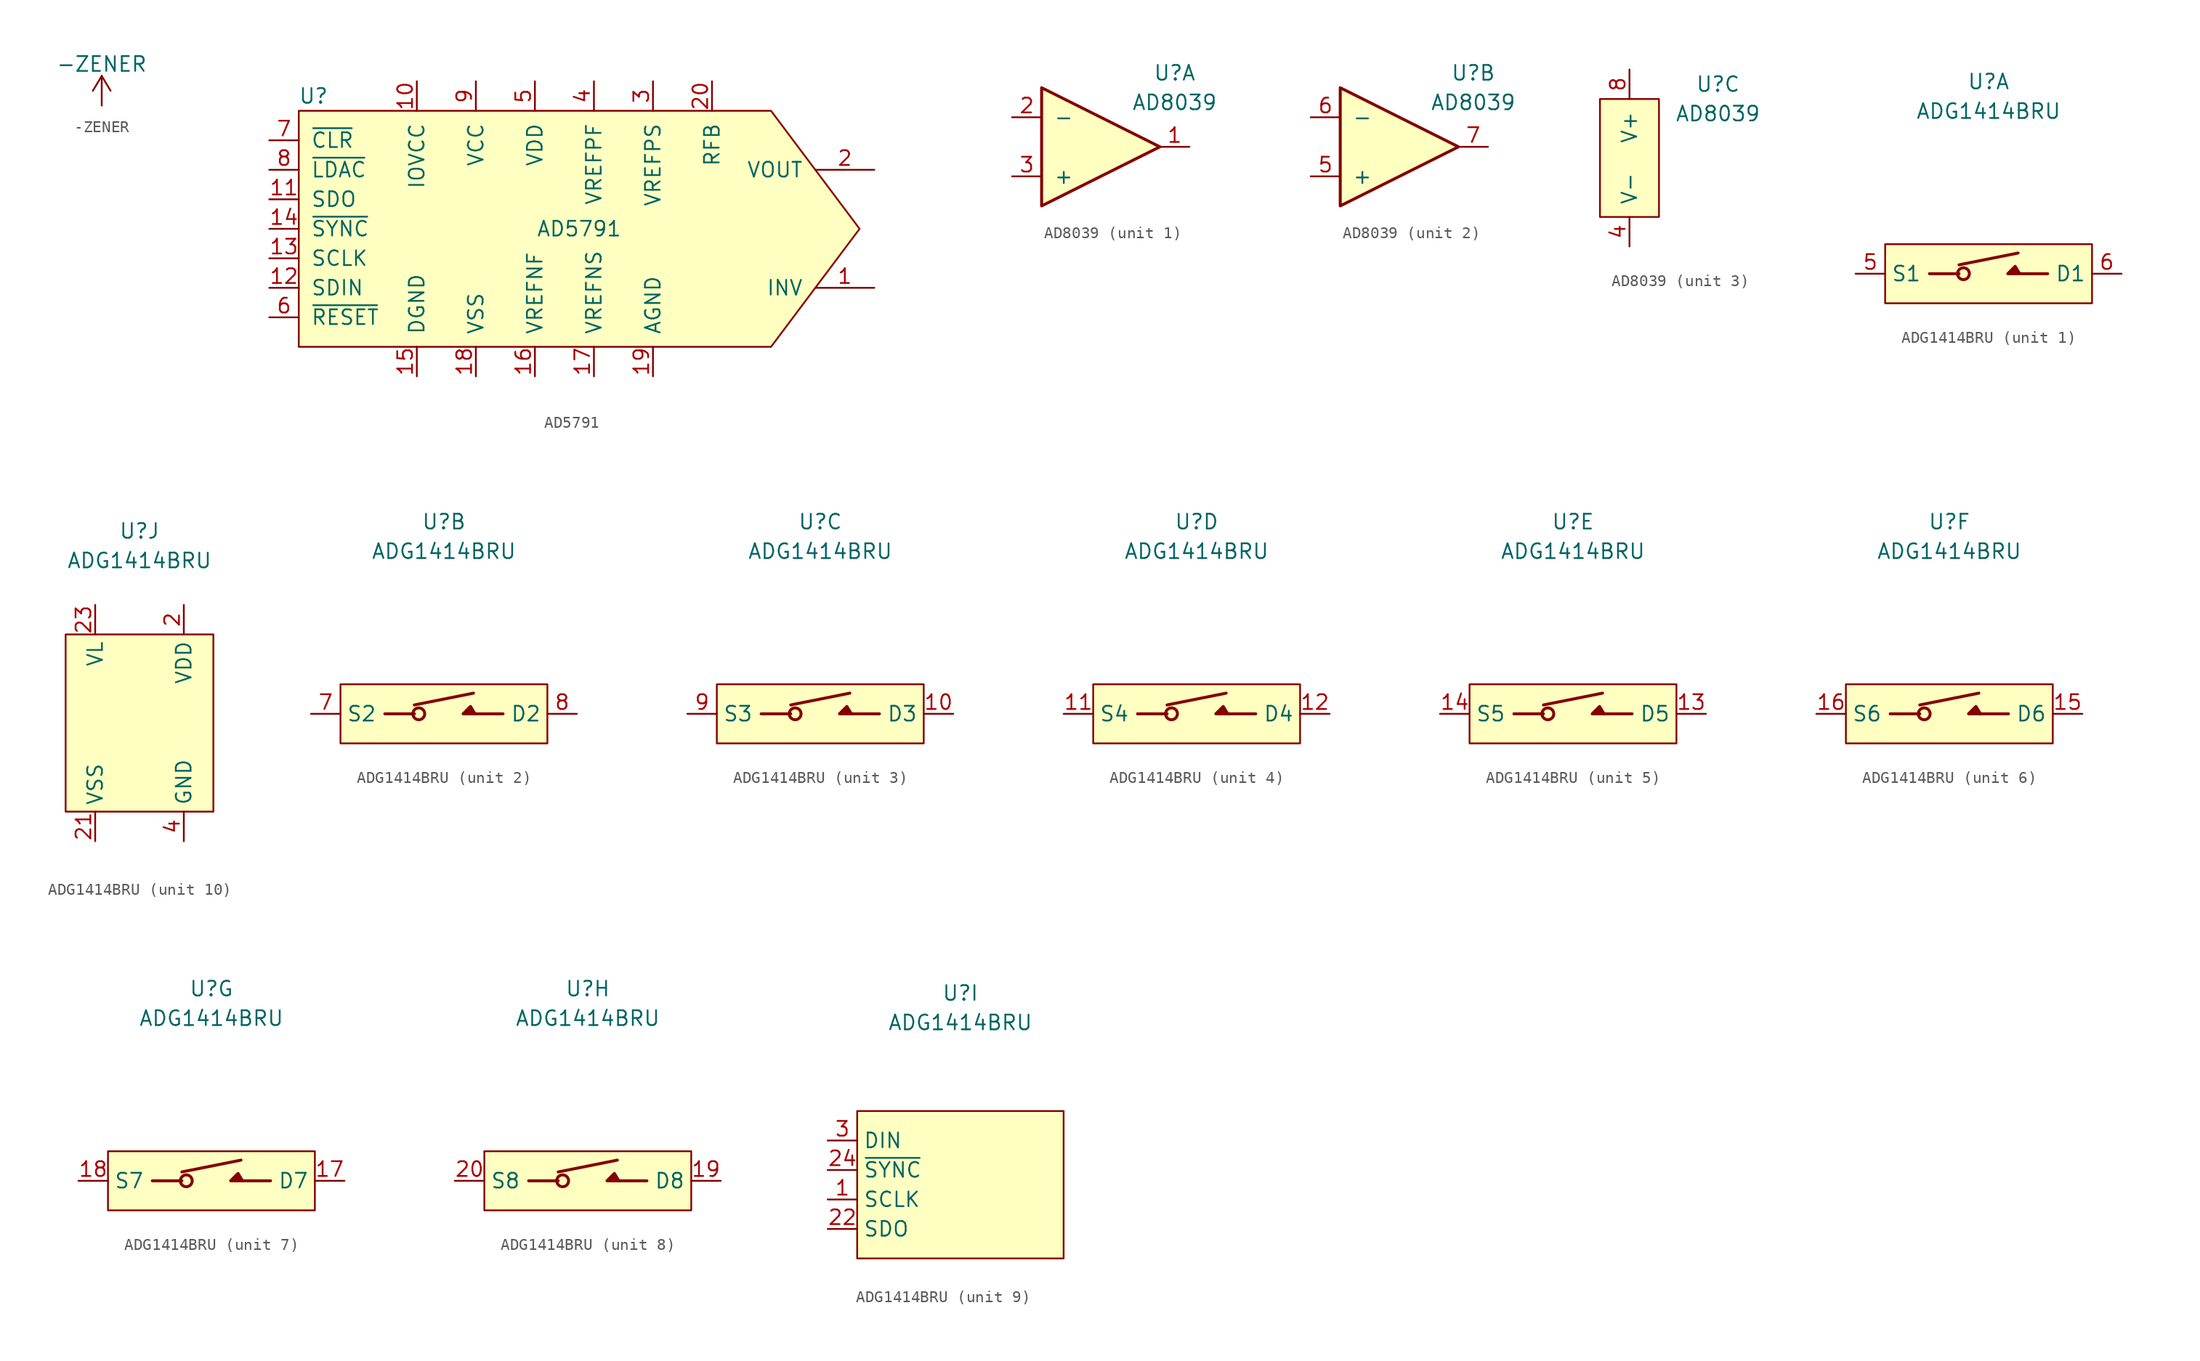
<source format=kicad_sym>
(kicad_symbol_lib
  (version 20211014)
  (generator kicad_symbol_editor)
  (symbol "-ZENER"
    (power)
    (pin_names
      (offset 0))
    (property "Reference" "#PWR"
      (at 0 -3.81 0)
      (effects (font (size 1.27 1.27)) hide))
    (property "Value" "-ZENER"
      (at 0 3.556 0)
      (effects (font (size 1.27 1.27))))
    (symbol "-ZENER_0_1"
      (polyline (pts (xy -0.762 1.27) (xy 0 2.54)) (stroke (width 0) (type default) (color 0 0 0 0)) (fill (type none)))
      (polyline (pts (xy 0 0) (xy 0 2.54)) (stroke (width 0) (type default) (color 0 0 0 0)) (fill (type none)))
      (polyline (pts (xy 0 2.54) (xy 0.762 1.27)) (stroke (width 0) (type default) (color 0 0 0 0)) (fill (type none))))
    (symbol "-ZENER_1_1"
      (pin power_in line (at 0 0 90) (length 0) hide (name "-ZENER" (effects (font (size 1.27 1.27)))) (number "1" (effects (font (size 1.27 1.27)))))))
  (symbol "AD5791"
    (pin_names
      (offset 1.016))
    (property "Reference" "U"
      (at -22.86 11.43 0)
      (effects (font (size 1.27 1.27))))
    (property "Value" "AD5791"
      (at 0 0 0)
      (effects (font (size 1.27 1.27))))
    (symbol "AD5791_0_1"
      (polyline (pts (xy 24.13 0) (xy 16.51 10.16) (xy -24.13 10.16) (xy -24.13 -10.16) (xy 16.51 -10.16) (xy 24.13 0)) (stroke (width 0) (type default) (color 0 0 0 0)) (fill (type background))))
    (symbol "AD5791_1_1"
      (pin output line (at 25.4 -5.08 180) (length 5.08) (name "INV" (effects (font (size 1.27 1.27)))) (number "1" (effects (font (size 1.27 1.27)))))
      (pin passive line (at -13.97 12.7 270) (length 2.54) (name "IOVCC" (effects (font (size 1.27 1.27)))) (number "10" (effects (font (size 1.27 1.27)))))
      (pin output line (at -26.67 2.54 0) (length 2.54) (name "SDO" (effects (font (size 1.27 1.27)))) (number "11" (effects (font (size 1.27 1.27)))))
      (pin input line (at -26.67 -5.08 0) (length 2.54) (name "SDIN" (effects (font (size 1.27 1.27)))) (number "12" (effects (font (size 1.27 1.27)))))
      (pin input line (at -26.67 -2.54 0) (length 2.54) (name "SCLK" (effects (font (size 1.27 1.27)))) (number "13" (effects (font (size 1.27 1.27)))))
      (pin input line (at -26.67 0 0) (length 2.54) (name "~{SYNC}" (effects (font (size 1.27 1.27)))) (number "14" (effects (font (size 1.27 1.27)))))
      (pin passive line (at -13.97 -12.7 90) (length 2.54) (name "DGND" (effects (font (size 1.27 1.27)))) (number "15" (effects (font (size 1.27 1.27)))))
      (pin passive line (at -3.81 -12.7 90) (length 2.54) (name "VREFNF" (effects (font (size 1.27 1.27)))) (number "16" (effects (font (size 1.27 1.27)))))
      (pin passive line (at 1.27 -12.7 90) (length 2.54) (name "VREFNS" (effects (font (size 1.27 1.27)))) (number "17" (effects (font (size 1.27 1.27)))))
      (pin passive line (at -8.89 -12.7 90) (length 2.54) (name "VSS" (effects (font (size 1.27 1.27)))) (number "18" (effects (font (size 1.27 1.27)))))
      (pin passive line (at 6.35 -12.7 90) (length 2.54) (name "AGND" (effects (font (size 1.27 1.27)))) (number "19" (effects (font (size 1.27 1.27)))))
      (pin output line (at 25.4 5.08 180) (length 5.08) (name "VOUT" (effects (font (size 1.27 1.27)))) (number "2" (effects (font (size 1.27 1.27)))))
      (pin passive line (at 11.43 12.7 270) (length 2.54) (name "RFB" (effects (font (size 1.27 1.27)))) (number "20" (effects (font (size 1.27 1.27)))))
      (pin passive line (at 6.35 12.7 270) (length 2.54) (name "VREFPS" (effects (font (size 1.27 1.27)))) (number "3" (effects (font (size 1.27 1.27)))))
      (pin passive line (at 1.27 12.7 270) (length 2.54) (name "VREFPF" (effects (font (size 1.27 1.27)))) (number "4" (effects (font (size 1.27 1.27)))))
      (pin passive line (at -3.81 12.7 270) (length 2.54) (name "VDD" (effects (font (size 1.27 1.27)))) (number "5" (effects (font (size 1.27 1.27)))))
      (pin input line (at -26.67 -7.62 0) (length 2.54) (name "~{RESET}" (effects (font (size 1.27 1.27)))) (number "6" (effects (font (size 1.27 1.27)))))
      (pin input line (at -26.67 7.62 0) (length 2.54) (name "~{CLR}" (effects (font (size 1.27 1.27)))) (number "7" (effects (font (size 1.27 1.27)))))
      (pin input line (at -26.67 5.08 0) (length 2.54) (name "~{LDAC}" (effects (font (size 1.27 1.27)))) (number "8" (effects (font (size 1.27 1.27)))))
      (pin passive line (at -8.89 12.7 270) (length 2.54) (name "VCC" (effects (font (size 1.27 1.27)))) (number "9" (effects (font (size 1.27 1.27)))))))
  (symbol "AD8039"
    (pin_names
      (offset 1.016))
    (property "Reference" "U"
      (at 7.62 6.35 0)
      (effects (font (size 1.27 1.27))))
    (property "Value" "AD8039"
      (at 7.62 3.81 0)
      (effects (font (size 1.27 1.27))))
    (symbol "AD8039_1_1"
      (polyline (pts (xy -3.81 5.08) (xy 6.35 0) (xy -3.81 -5.08) (xy -3.81 5.08)) (stroke (width 0.254) (type default) (color 0 0 0 0)) (fill (type background)))
      (pin output line (at 8.89 0 180) (length 2.54) (name "~" (effects (font (size 1.27 1.27)))) (number "1" (effects (font (size 1.27 1.27)))))
      (pin input line (at -6.35 2.54 0) (length 2.54) (name "-" (effects (font (size 1.27 1.27)))) (number "2" (effects (font (size 1.27 1.27)))))
      (pin input line (at -6.35 -2.54 0) (length 2.54) (name "+" (effects (font (size 1.27 1.27)))) (number "3" (effects (font (size 1.27 1.27))))))
    (symbol "AD8039_2_1"
      (polyline (pts (xy -3.81 5.08) (xy 6.35 0) (xy -3.81 -5.08) (xy -3.81 5.08)) (stroke (width 0.254) (type default) (color 0 0 0 0)) (fill (type background)))
      (pin input line (at -6.35 -2.54 0) (length 2.54) (name "+" (effects (font (size 1.27 1.27)))) (number "5" (effects (font (size 1.27 1.27)))))
      (pin input line (at -6.35 2.54 0) (length 2.54) (name "-" (effects (font (size 1.27 1.27)))) (number "6" (effects (font (size 1.27 1.27)))))
      (pin output line (at 8.89 0 180) (length 2.54) (name "~" (effects (font (size 1.27 1.27)))) (number "7" (effects (font (size 1.27 1.27))))))
    (symbol "AD8039_3_1"
      (rectangle (start -2.54 5.08) (end 2.54 -5.08) (stroke (width 0) (type default) (color 0 0 0 0)) (fill (type background)))
      (pin passive line (at 0 -7.62 90) (length 2.54) (name "V-" (effects (font (size 1.27 1.27)))) (number "4" (effects (font (size 1.27 1.27)))))
      (pin passive line (at 0 7.62 270) (length 2.54) (name "V+" (effects (font (size 1.27 1.27)))) (number "8" (effects (font (size 1.27 1.27)))))))
  (symbol "ADG1414BRU"
    (property "Reference" "U"
      (at 0 16.51 0)
      (effects (font (size 1.27 1.27))))
    (property "Value" "ADG1414BRU"
      (at 0 13.97 0)
      (effects (font (size 1.27 1.27))))
    (symbol "ADG1414BRU_1_0"
      (polyline (pts (xy 2.794 0) (xy 1.651 0) (xy 2.286 0.635) (xy 2.667 0)) (stroke (width 0.254) (type default) (color 0 0 0 0)) (fill (type outline))))
    (symbol "ADG1414BRU_1_1"
      (rectangle (start -8.89 2.54) (end 8.89 -2.54) (stroke (width 0) (type default) (color 0 0 0 0)) (fill (type background)))
      (circle (center -2.159 0) (radius 0.508) (stroke (width 0.254) (type default) (color 0 0 0 0)) (fill (type none)))
      (polyline (pts (xy -5.08 0) (xy -2.54 0)) (stroke (width 0.254) (type default) (color 0 0 0 0)) (fill (type none)))
      (polyline (pts (xy -2.54 0.762) (xy 2.54 1.778)) (stroke (width 0.254) (type default) (color 0 0 0 0)) (fill (type none)))
      (polyline (pts (xy 2.54 0) (xy 5.08 0)) (stroke (width 0.254) (type default) (color 0 0 0 0)) (fill (type none)))
      (pin passive line (at -11.43 0 0) (length 2.54) (name "S1" (effects (font (size 1.27 1.27)))) (number "5" (effects (font (size 1.27 1.27)))))
      (pin passive line (at 11.43 0 180) (length 2.54) (name "D1" (effects (font (size 1.27 1.27)))) (number "6" (effects (font (size 1.27 1.27))))))
    (symbol "ADG1414BRU_2_1"
      (rectangle (start -8.89 2.54) (end 8.89 -2.54) (stroke (width 0) (type default) (color 0 0 0 0)) (fill (type background)))
      (circle (center -2.159 0) (radius 0.508) (stroke (width 0.254) (type default) (color 0 0 0 0)) (fill (type none)))
      (polyline (pts (xy -5.08 0) (xy -2.54 0)) (stroke (width 0.254) (type default) (color 0 0 0 0)) (fill (type none)))
      (polyline (pts (xy -2.54 0.762) (xy 2.54 1.778)) (stroke (width 0.254) (type default) (color 0 0 0 0)) (fill (type none)))
      (polyline (pts (xy 2.54 0) (xy 5.08 0)) (stroke (width 0.254) (type default) (color 0 0 0 0)) (fill (type none)))
      (polyline (pts (xy 2.794 0) (xy 1.651 0) (xy 2.286 0.635) (xy 2.667 0)) (stroke (width 0.254) (type default) (color 0 0 0 0)) (fill (type outline)))
      (pin passive line (at -11.43 0 0) (length 2.54) (name "S2" (effects (font (size 1.27 1.27)))) (number "7" (effects (font (size 1.27 1.27)))))
      (pin passive line (at 11.43 0 180) (length 2.54) (name "D2" (effects (font (size 1.27 1.27)))) (number "8" (effects (font (size 1.27 1.27))))))
    (symbol "ADG1414BRU_3_1"
      (rectangle (start -8.89 2.54) (end 8.89 -2.54) (stroke (width 0) (type default) (color 0 0 0 0)) (fill (type background)))
      (circle (center -2.159 0) (radius 0.508) (stroke (width 0.254) (type default) (color 0 0 0 0)) (fill (type none)))
      (polyline (pts (xy -5.08 0) (xy -2.54 0)) (stroke (width 0.254) (type default) (color 0 0 0 0)) (fill (type none)))
      (polyline (pts (xy -2.54 0.762) (xy 2.54 1.778)) (stroke (width 0.254) (type default) (color 0 0 0 0)) (fill (type none)))
      (polyline (pts (xy 2.54 0) (xy 5.08 0)) (stroke (width 0.254) (type default) (color 0 0 0 0)) (fill (type none)))
      (polyline (pts (xy 2.794 0) (xy 1.651 0) (xy 2.286 0.635) (xy 2.667 0)) (stroke (width 0.254) (type default) (color 0 0 0 0)) (fill (type outline)))
      (pin passive line (at 11.43 0 180) (length 2.54) (name "D3" (effects (font (size 1.27 1.27)))) (number "10" (effects (font (size 1.27 1.27)))))
      (pin passive line (at -11.43 0 0) (length 2.54) (name "S3" (effects (font (size 1.27 1.27)))) (number "9" (effects (font (size 1.27 1.27))))))
    (symbol "ADG1414BRU_4_1"
      (rectangle (start -8.89 2.54) (end 8.89 -2.54) (stroke (width 0) (type default) (color 0 0 0 0)) (fill (type background)))
      (circle (center -2.159 0) (radius 0.508) (stroke (width 0.254) (type default) (color 0 0 0 0)) (fill (type none)))
      (polyline (pts (xy -5.08 0) (xy -2.54 0)) (stroke (width 0.254) (type default) (color 0 0 0 0)) (fill (type none)))
      (polyline (pts (xy -2.54 0.762) (xy 2.54 1.778)) (stroke (width 0.254) (type default) (color 0 0 0 0)) (fill (type none)))
      (polyline (pts (xy 2.54 0) (xy 5.08 0)) (stroke (width 0.254) (type default) (color 0 0 0 0)) (fill (type none)))
      (polyline (pts (xy 2.794 0) (xy 1.651 0) (xy 2.286 0.635) (xy 2.667 0)) (stroke (width 0.254) (type default) (color 0 0 0 0)) (fill (type outline)))
      (pin passive line (at -11.43 0 0) (length 2.54) (name "S4" (effects (font (size 1.27 1.27)))) (number "11" (effects (font (size 1.27 1.27)))))
      (pin passive line (at 11.43 0 180) (length 2.54) (name "D4" (effects (font (size 1.27 1.27)))) (number "12" (effects (font (size 1.27 1.27))))))
    (symbol "ADG1414BRU_5_1"
      (rectangle (start -8.89 2.54) (end 8.89 -2.54) (stroke (width 0) (type default) (color 0 0 0 0)) (fill (type background)))
      (circle (center -2.159 0) (radius 0.508) (stroke (width 0.254) (type default) (color 0 0 0 0)) (fill (type none)))
      (polyline (pts (xy -5.08 0) (xy -2.54 0)) (stroke (width 0.254) (type default) (color 0 0 0 0)) (fill (type none)))
      (polyline (pts (xy -2.54 0.762) (xy 2.54 1.778)) (stroke (width 0.254) (type default) (color 0 0 0 0)) (fill (type none)))
      (polyline (pts (xy 2.54 0) (xy 5.08 0)) (stroke (width 0.254) (type default) (color 0 0 0 0)) (fill (type none)))
      (polyline (pts (xy 2.794 0) (xy 1.651 0) (xy 2.286 0.635) (xy 2.667 0)) (stroke (width 0.254) (type default) (color 0 0 0 0)) (fill (type outline)))
      (pin passive line (at 11.43 0 180) (length 2.54) (name "D5" (effects (font (size 1.27 1.27)))) (number "13" (effects (font (size 1.27 1.27)))))
      (pin passive line (at -11.43 0 0) (length 2.54) (name "S5" (effects (font (size 1.27 1.27)))) (number "14" (effects (font (size 1.27 1.27))))))
    (symbol "ADG1414BRU_6_1"
      (rectangle (start -8.89 2.54) (end 8.89 -2.54) (stroke (width 0) (type default) (color 0 0 0 0)) (fill (type background)))
      (circle (center -2.159 0) (radius 0.508) (stroke (width 0.254) (type default) (color 0 0 0 0)) (fill (type none)))
      (polyline (pts (xy -5.08 0) (xy -2.54 0)) (stroke (width 0.254) (type default) (color 0 0 0 0)) (fill (type none)))
      (polyline (pts (xy -2.54 0.762) (xy 2.54 1.778)) (stroke (width 0.254) (type default) (color 0 0 0 0)) (fill (type none)))
      (polyline (pts (xy 2.54 0) (xy 5.08 0)) (stroke (width 0.254) (type default) (color 0 0 0 0)) (fill (type none)))
      (polyline (pts (xy 2.794 0) (xy 1.651 0) (xy 2.286 0.635) (xy 2.667 0)) (stroke (width 0.254) (type default) (color 0 0 0 0)) (fill (type outline)))
      (pin passive line (at 11.43 0 180) (length 2.54) (name "D6" (effects (font (size 1.27 1.27)))) (number "15" (effects (font (size 1.27 1.27)))))
      (pin passive line (at -11.43 0 0) (length 2.54) (name "S6" (effects (font (size 1.27 1.27)))) (number "16" (effects (font (size 1.27 1.27))))))
    (symbol "ADG1414BRU_7_1"
      (rectangle (start -8.89 2.54) (end 8.89 -2.54) (stroke (width 0) (type default) (color 0 0 0 0)) (fill (type background)))
      (circle (center -2.159 0) (radius 0.508) (stroke (width 0.254) (type default) (color 0 0 0 0)) (fill (type none)))
      (polyline (pts (xy -5.08 0) (xy -2.54 0)) (stroke (width 0.254) (type default) (color 0 0 0 0)) (fill (type none)))
      (polyline (pts (xy -2.54 0.762) (xy 2.54 1.778)) (stroke (width 0.254) (type default) (color 0 0 0 0)) (fill (type none)))
      (polyline (pts (xy 2.54 0) (xy 5.08 0)) (stroke (width 0.254) (type default) (color 0 0 0 0)) (fill (type none)))
      (polyline (pts (xy 2.794 0) (xy 1.651 0) (xy 2.286 0.635) (xy 2.667 0)) (stroke (width 0.254) (type default) (color 0 0 0 0)) (fill (type outline)))
      (pin passive line (at 11.43 0 180) (length 2.54) (name "D7" (effects (font (size 1.27 1.27)))) (number "17" (effects (font (size 1.27 1.27)))))
      (pin passive line (at -11.43 0 0) (length 2.54) (name "S7" (effects (font (size 1.27 1.27)))) (number "18" (effects (font (size 1.27 1.27))))))
    (symbol "ADG1414BRU_8_1"
      (rectangle (start -8.89 2.54) (end 8.89 -2.54) (stroke (width 0) (type default) (color 0 0 0 0)) (fill (type background)))
      (circle (center -2.159 0) (radius 0.508) (stroke (width 0.254) (type default) (color 0 0 0 0)) (fill (type none)))
      (polyline (pts (xy -5.08 0) (xy -2.54 0)) (stroke (width 0.254) (type default) (color 0 0 0 0)) (fill (type none)))
      (polyline (pts (xy -2.54 0.762) (xy 2.54 1.778)) (stroke (width 0.254) (type default) (color 0 0 0 0)) (fill (type none)))
      (polyline (pts (xy 2.54 0) (xy 5.08 0)) (stroke (width 0.254) (type default) (color 0 0 0 0)) (fill (type none)))
      (polyline (pts (xy 2.794 0) (xy 1.651 0) (xy 2.286 0.635) (xy 2.667 0)) (stroke (width 0.254) (type default) (color 0 0 0 0)) (fill (type outline)))
      (pin passive line (at 11.43 0 180) (length 2.54) (name "D8" (effects (font (size 1.27 1.27)))) (number "19" (effects (font (size 1.27 1.27)))))
      (pin passive line (at -11.43 0 0) (length 2.54) (name "S8" (effects (font (size 1.27 1.27)))) (number "20" (effects (font (size 1.27 1.27))))))
    (symbol "ADG1414BRU_9_1"
      (rectangle (start -8.89 6.35) (end 8.89 -6.35) (stroke (width 0) (type default) (color 0 0 0 0)) (fill (type background)))
      (pin input line (at -11.43 -1.27 0) (length 2.54) (name "SCLK" (effects (font (size 1.27 1.27)))) (number "1" (effects (font (size 1.27 1.27)))))
      (pin open_collector line (at -11.43 -3.81 0) (length 2.54) (name "SDO" (effects (font (size 1.27 1.27)))) (number "22" (effects (font (size 1.27 1.27)))))
      (pin input line (at -11.43 1.27 0) (length 2.54) (name "~{SYNC}" (effects (font (size 1.27 1.27)))) (number "24" (effects (font (size 1.27 1.27)))))
      (pin input line (at -11.43 3.81 0) (length 2.54) (name "DIN" (effects (font (size 1.27 1.27)))) (number "3" (effects (font (size 1.27 1.27))))))
    (symbol "ADG1414BRU_10_1"
      (rectangle (start -6.35 7.62) (end 6.35 -7.62) (stroke (width 0) (type default) (color 0 0 0 0)) (fill (type background)))
      (pin power_in line (at 3.81 10.16 270) (length 2.54) (name "VDD" (effects (font (size 1.27 1.27)))) (number "2" (effects (font (size 1.27 1.27)))))
      (pin power_in line (at -3.81 -10.16 90) (length 2.54) (name "VSS" (effects (font (size 1.27 1.27)))) (number "21" (effects (font (size 1.27 1.27)))))
      (pin power_in line (at -3.81 10.16 270) (length 2.54) (name "VL" (effects (font (size 1.27 1.27)))) (number "23" (effects (font (size 1.27 1.27)))))
      (pin power_in line (at 3.81 -10.16 90) (length 2.54) (name "GND" (effects (font (size 1.27 1.27)))) (number "4" (effects (font (size 1.27 1.27))))))))
</source>
